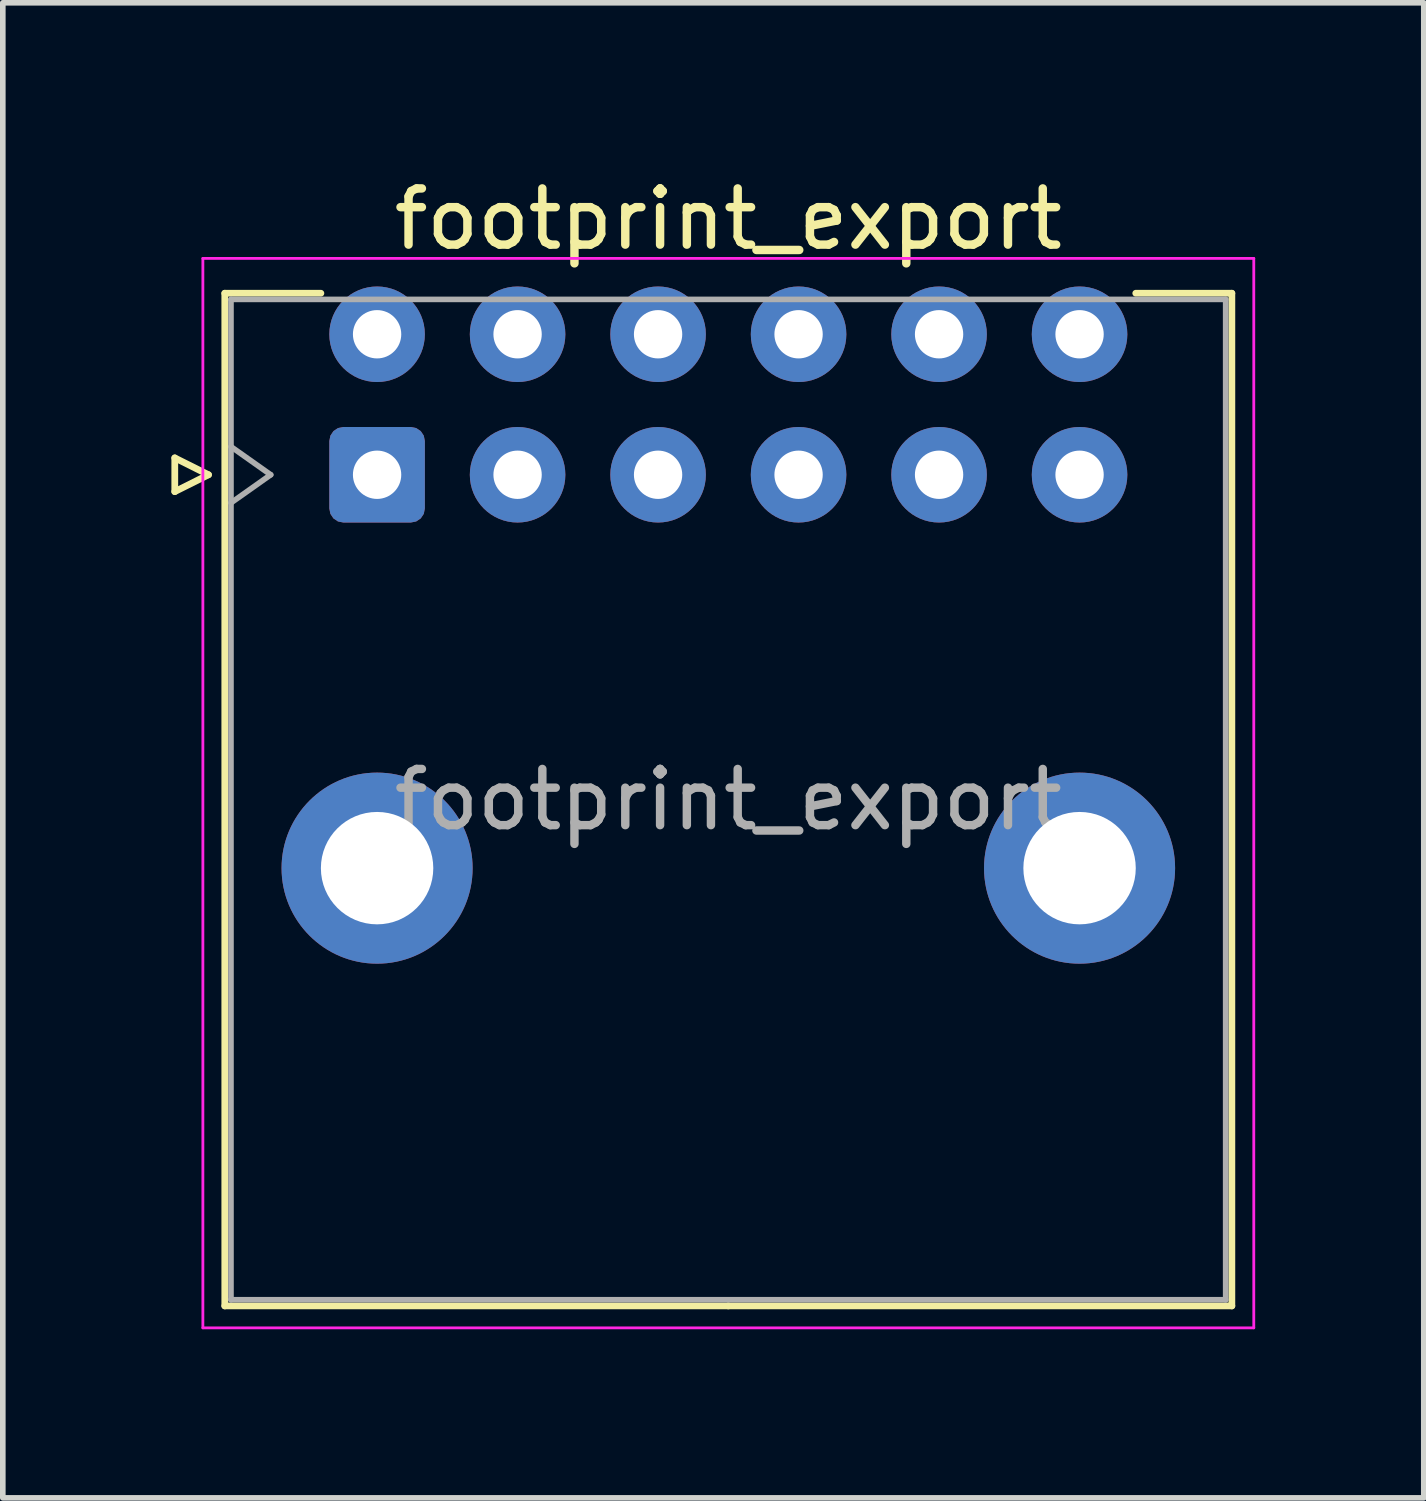
<source format=kicad_pcb>
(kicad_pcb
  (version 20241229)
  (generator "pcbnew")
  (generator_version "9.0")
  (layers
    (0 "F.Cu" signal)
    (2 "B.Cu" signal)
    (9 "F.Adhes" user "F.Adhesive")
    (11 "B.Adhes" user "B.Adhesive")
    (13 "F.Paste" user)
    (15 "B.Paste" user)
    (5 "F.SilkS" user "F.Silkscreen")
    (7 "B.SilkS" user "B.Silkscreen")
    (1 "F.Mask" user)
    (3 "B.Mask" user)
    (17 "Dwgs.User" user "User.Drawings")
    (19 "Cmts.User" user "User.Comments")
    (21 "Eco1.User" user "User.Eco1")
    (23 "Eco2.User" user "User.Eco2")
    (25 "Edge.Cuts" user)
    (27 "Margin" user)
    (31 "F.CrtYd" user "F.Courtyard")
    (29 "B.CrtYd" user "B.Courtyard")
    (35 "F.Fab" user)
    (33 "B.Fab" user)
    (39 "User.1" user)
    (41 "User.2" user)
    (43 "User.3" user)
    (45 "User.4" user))
  (footprint "footprint_export"
    (layer "F.Cu")
    (at 3.66 5.398)
    (property "Reference" "footprint_export" (at 6.25 -4.55 0) (layer "F.SilkS") (effects (font (size 1 1) (thickness 0.15))))
    (attr through_hole)
    (fp_line (start -3.6 -0.3) (end -3 0) (stroke (width 0.12) (type solid)) (layer "F.SilkS"))
    (fp_line (start -3.6 0.3) (end -3.6 -0.3) (stroke (width 0.12) (type solid)) (layer "F.SilkS"))
    (fp_line (start -3 0) (end -3.6 0.3) (stroke (width 0.12) (type solid)) (layer "F.SilkS"))
    (fp_line (start -2.71 -3.23) (end -2.71 14.79) (stroke (width 0.12) (type solid)) (layer "F.SilkS"))
    (fp_line (start -2.71 14.79) (end 6.25 14.79) (stroke (width 0.12) (type solid)) (layer "F.SilkS"))
    (fp_line (start -1 -3.23) (end -2.71 -3.23) (stroke (width 0.12) (type solid)) (layer "F.SilkS"))
    (fp_line (start 13.5 -3.23) (end 15.21 -3.23) (stroke (width 0.12) (type solid)) (layer "F.SilkS"))
    (fp_line (start 15.21 -3.23) (end 15.21 14.79) (stroke (width 0.12) (type solid)) (layer "F.SilkS"))
    (fp_line (start 15.21 14.79) (end 6.25 14.79) (stroke (width 0.12) (type solid)) (layer "F.SilkS"))
    (fp_line (start -3.1 -3.85) (end -3.1 15.18) (stroke (width 0.05) (type solid)) (layer "F.CrtYd"))
    (fp_line (start -3.1 15.18) (end 15.6 15.18) (stroke (width 0.05) (type solid)) (layer "F.CrtYd"))
    (fp_line (start 15.6 -3.85) (end -3.1 -3.85) (stroke (width 0.05) (type solid)) (layer "F.CrtYd"))
    (fp_line (start 15.6 15.18) (end 15.6 -3.85) (stroke (width 0.05) (type solid)) (layer "F.CrtYd"))
    (fp_line (start -2.6 -3.12) (end -2.6 14.68) (stroke (width 0.1) (type solid)) (layer "F.Fab"))
    (fp_line (start -2.6 0.5) (end -1.893 0) (stroke (width 0.1) (type solid)) (layer "F.Fab"))
    (fp_line (start -2.6 14.68) (end 15.1 14.68) (stroke (width 0.1) (type solid)) (layer "F.Fab"))
    (fp_line (start -1.893 0) (end -2.6 -0.5) (stroke (width 0.1) (type solid)) (layer "F.Fab"))
    (fp_line (start 15.1 -3.12) (end -2.6 -3.12) (stroke (width 0.1) (type solid)) (layer "F.Fab"))
    (fp_line (start 15.1 14.68) (end 15.1 -3.12) (stroke (width 0.1) (type solid)) (layer "F.Fab"))
    (fp_text user "${REFERENCE}" (at 6.25 5.78 0) (layer "F.Fab") (effects (font (size 1 1) (thickness 0.15))))
    (pad "" thru_hole circle (at 0 7) (size 3.4 3.4) (drill 2) (layers "*.Cu" "*.Mask"))
    (pad "" thru_hole circle (at 12.5 7) (size 3.4 3.4) (drill 2) (layers "*.Cu" "*.Mask"))
    (pad "1" thru_hole roundrect (at 0 0) (size 1.7 1.7) (drill 0.86) (layers "*.Cu" "*.Mask") (roundrect_rratio 0.147))
    (pad "2" thru_hole circle (at 2.5 0) (size 1.7 1.7) (drill 0.86) (layers "*.Cu" "*.Mask"))
    (pad "3" thru_hole circle (at 5 0) (size 1.7 1.7) (drill 0.86) (layers "*.Cu" "*.Mask"))
    (pad "4" thru_hole circle (at 7.5 0) (size 1.7 1.7) (drill 0.86) (layers "*.Cu" "*.Mask"))
    (pad "5" thru_hole circle (at 10 0) (size 1.7 1.7) (drill 0.86) (layers "*.Cu" "*.Mask"))
    (pad "6" thru_hole circle (at 12.5 0) (size 1.7 1.7) (drill 0.86) (layers "*.Cu" "*.Mask"))
    (pad "7" thru_hole circle (at 0 -2.5) (size 1.7 1.7) (drill 0.86) (layers "*.Cu" "*.Mask"))
    (pad "8" thru_hole circle (at 2.5 -2.5) (size 1.7 1.7) (drill 0.86) (layers "*.Cu" "*.Mask"))
    (pad "9" thru_hole circle (at 5 -2.5) (size 1.7 1.7) (drill 0.86) (layers "*.Cu" "*.Mask"))
    (pad "10" thru_hole circle (at 7.5 -2.5) (size 1.7 1.7) (drill 0.86) (layers "*.Cu" "*.Mask"))
    (pad "11" thru_hole circle (at 10 -2.5) (size 1.7 1.7) (drill 0.86) (layers "*.Cu" "*.Mask"))
    (pad "12" thru_hole circle (at 12.5 -2.5) (size 1.7 1.7) (drill 0.86) (layers "*.Cu" "*.Mask")))
  (gr_rect
    (start -3 -3)
    (end 22.285 23.603)
    (stroke (width 0.1) (type default))
    (fill no)
    (layer "Edge.Cuts")))
</source>
